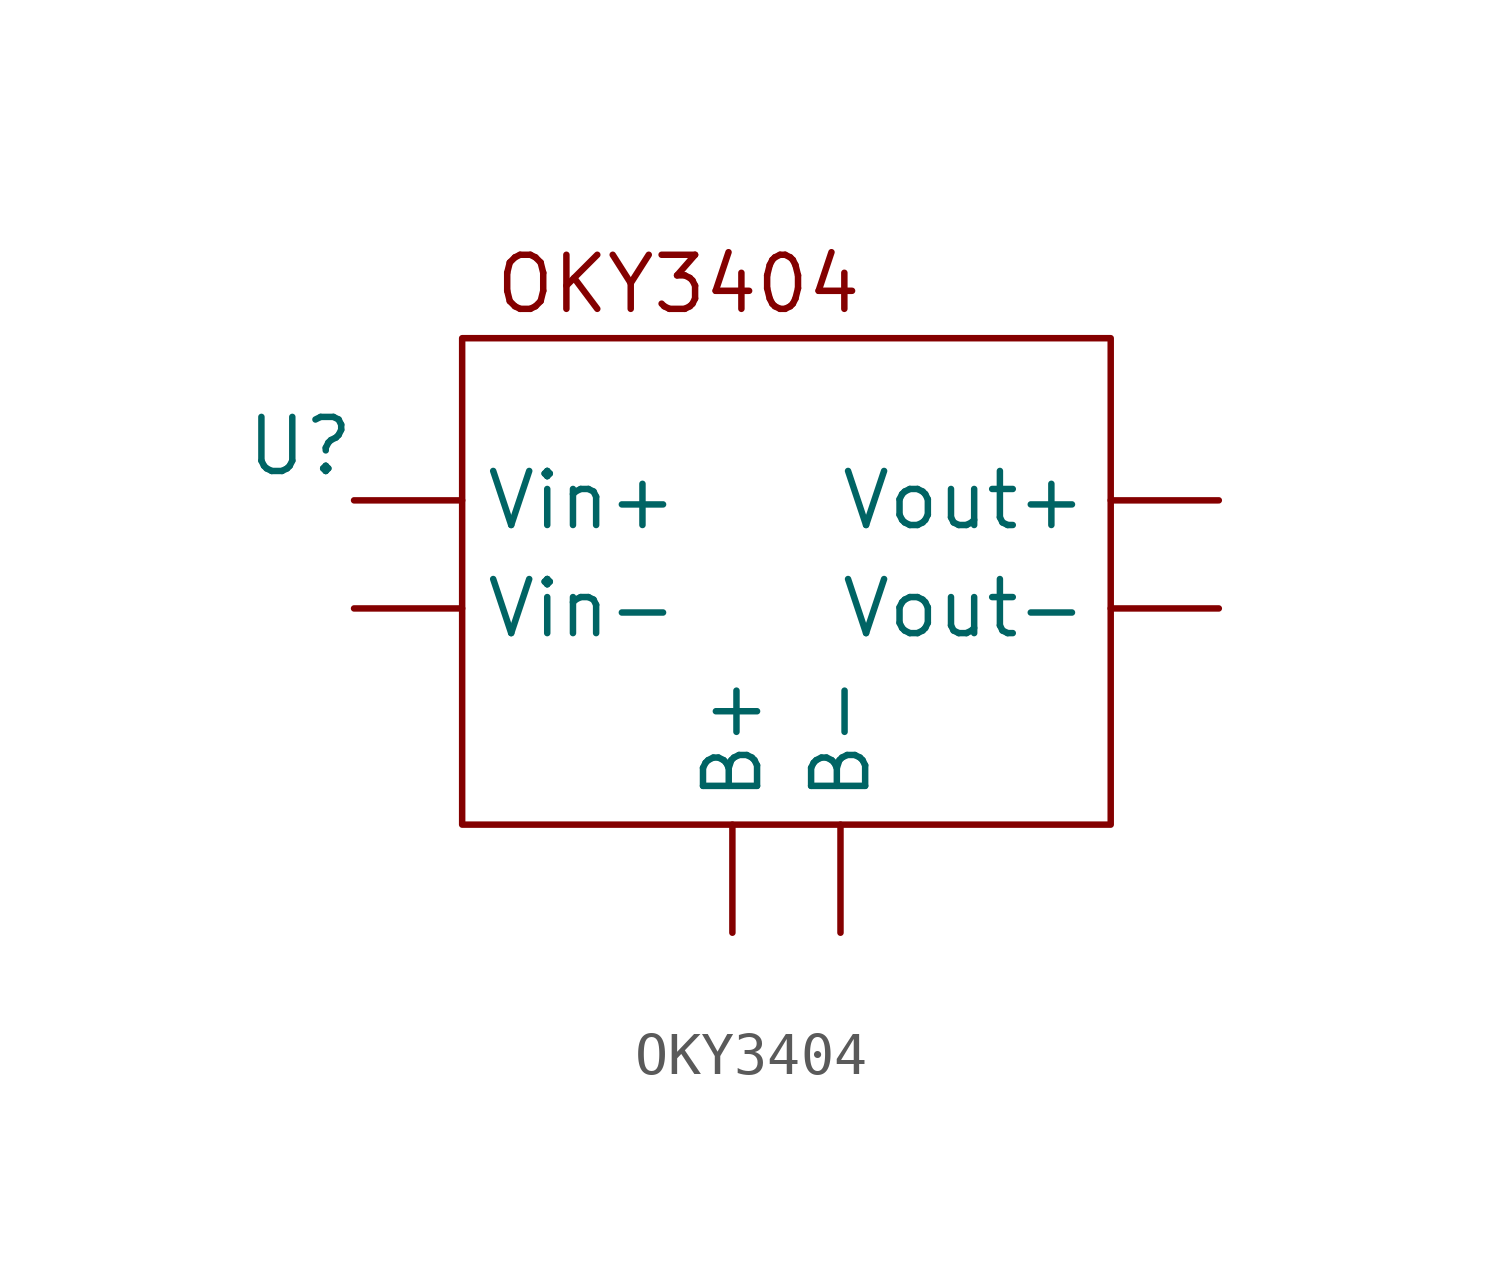
<source format=kicad_sym>
(kicad_symbol_lib
  (version 20220914)
  (generator kicad_symbol_editor)
  (symbol "OKY3404"
    (property "Reference" "U"
      (at -11.43 3.81 0)
      (effects (font (size 1.27 1.27))))
    (property "Value" ""
      (at -11.43 2.54 0)
      (effects (font (size 1.27 1.27))))
    (symbol "OKY3404_0_1"
      (rectangle (start -7.62 6.35) (end 7.62 -5.08) (stroke (width 0) (type default)) (fill (type none))))
    (symbol "OKY3404_1_1"
      (text "OKY3404\n" (at -2.54 7.62 0) (effects (font (size 1.27 1.27))))
      (pin bidirectional line (at -1.27 -7.62 90) (length 2.54) (name "B+" (effects (font (size 1.27 1.27)))) (number "" (effects (font (size 1.27 1.27)))))
      (pin bidirectional line (at 1.27 -7.62 90) (length 2.54) (name "B-" (effects (font (size 1.27 1.27)))) (number "" (effects (font (size 1.27 1.27)))))
      (pin input line (at -10.16 2.54 0) (length 2.54) (name "Vin+" (effects (font (size 1.27 1.27)))) (number "" (effects (font (size 1.27 1.27)))))
      (pin input line (at -10.16 0 0) (length 2.54) (name "Vin-" (effects (font (size 1.27 1.27)))) (number "" (effects (font (size 1.27 1.27)))))
      (pin output line (at 10.16 2.54 180) (length 2.54) (name "Vout+" (effects (font (size 1.27 1.27)))) (number "" (effects (font (size 1.27 1.27)))))
      (pin output line (at 10.16 0 180) (length 2.54) (name "Vout-" (effects (font (size 1.27 1.27)))) (number "" (effects (font (size 1.27 1.27))))))))
</source>
